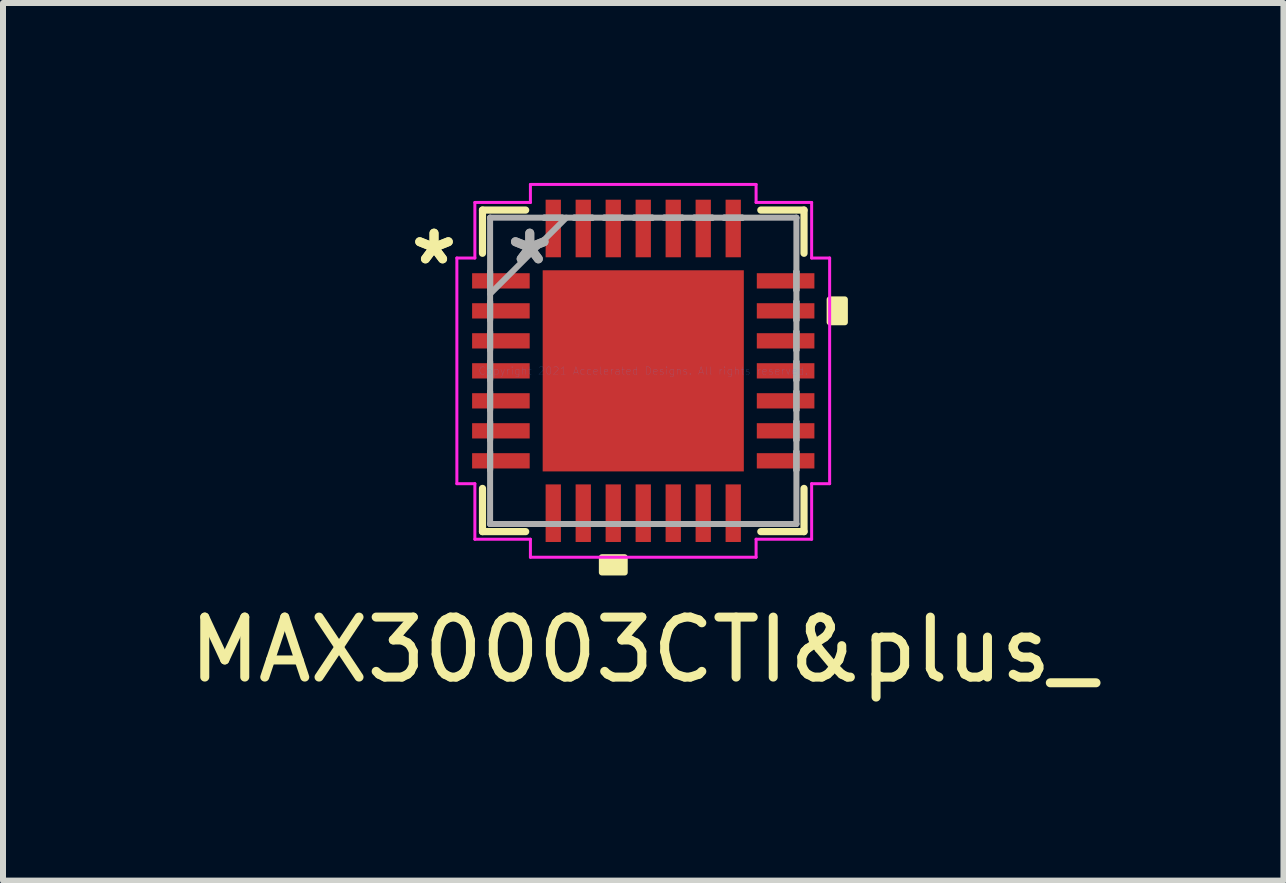
<source format=kicad_pcb>
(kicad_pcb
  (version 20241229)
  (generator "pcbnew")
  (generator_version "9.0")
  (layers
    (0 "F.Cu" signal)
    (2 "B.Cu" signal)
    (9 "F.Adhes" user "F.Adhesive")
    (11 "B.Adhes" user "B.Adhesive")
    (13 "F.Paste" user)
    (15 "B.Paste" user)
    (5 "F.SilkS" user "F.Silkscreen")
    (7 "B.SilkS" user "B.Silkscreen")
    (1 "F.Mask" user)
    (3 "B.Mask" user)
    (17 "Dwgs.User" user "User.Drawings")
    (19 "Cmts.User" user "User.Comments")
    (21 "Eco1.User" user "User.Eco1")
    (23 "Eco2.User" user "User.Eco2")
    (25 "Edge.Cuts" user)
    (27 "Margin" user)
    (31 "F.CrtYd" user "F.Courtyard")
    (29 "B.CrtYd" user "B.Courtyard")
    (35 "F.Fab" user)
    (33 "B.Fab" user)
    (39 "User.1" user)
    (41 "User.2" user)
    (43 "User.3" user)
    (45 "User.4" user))
  (footprint "MAX30003CTI&plus_"
    (layer "F.Cu")
    (at 7.673 3.132)
    (property "Reference" "MAX30003CTI&plus_" (at 0 4.65 0) (layer "F.SilkS") (effects (font (size 1 1) (thickness 0.15))))
    (attr through_hole)
    (fp_line (start -2.68 -2.68) (end -2.68 -1.96) (stroke (width 0.12) (type solid)) (layer "F.SilkS"))
    (fp_line (start -2.68 1.96) (end -2.68 2.68) (stroke (width 0.12) (type solid)) (layer "F.SilkS"))
    (fp_line (start -2.68 2.68) (end -1.96 2.68) (stroke (width 0.12) (type solid)) (layer "F.SilkS"))
    (fp_line (start -1.96 -2.68) (end -2.68 -2.68) (stroke (width 0.12) (type solid)) (layer "F.SilkS"))
    (fp_line (start 1.96 2.68) (end 2.68 2.68) (stroke (width 0.12) (type solid)) (layer "F.SilkS"))
    (fp_line (start 2.68 -2.68) (end 1.96 -2.68) (stroke (width 0.12) (type solid)) (layer "F.SilkS"))
    (fp_line (start 2.68 -1.96) (end 2.68 -2.68) (stroke (width 0.12) (type solid)) (layer "F.SilkS"))
    (fp_line (start 2.68 2.68) (end 2.68 1.96) (stroke (width 0.12) (type solid)) (layer "F.SilkS"))
    (fp_poly (pts (xy -0.69 3.107) (xy -0.69 3.361) (xy -0.309 3.361) (xy -0.309 3.107)) (stroke (width 0.1) (type solid)) (fill yes) (layer "F.SilkS"))
    (fp_poly (pts (xy 3.361 -1.191) (xy 3.361 -0.81) (xy 3.107 -0.81) (xy 3.107 -1.191)) (stroke (width 0.1) (type solid)) (fill yes) (layer "F.SilkS"))
    (fp_poly (pts (xy -1.576 -1.576) (xy -1.576 -0.1) (xy -0.1 -0.1) (xy -0.1 -1.576)) (stroke (width 0.1) (type solid)) (fill yes) (layer "F.Paste"))
    (fp_poly (pts (xy -1.576 0.1) (xy -1.576 1.576) (xy -0.1 1.576) (xy -0.1 0.1)) (stroke (width 0.1) (type solid)) (fill yes) (layer "F.Paste"))
    (fp_poly (pts (xy 0.1 -1.576) (xy 0.1 -0.1) (xy 1.576 -0.1) (xy 1.576 -1.576)) (stroke (width 0.1) (type solid)) (fill yes) (layer "F.Paste"))
    (fp_poly (pts (xy 0.1 0.1) (xy 0.1 1.576) (xy 1.576 1.576) (xy 1.576 0.1)) (stroke (width 0.1) (type solid)) (fill yes) (layer "F.Paste"))
    (fp_line (start -3.107 -1.881) (end -2.807 -1.881) (stroke (width 0.05) (type solid)) (layer "F.CrtYd"))
    (fp_line (start -3.107 1.881) (end -3.107 -1.881) (stroke (width 0.05) (type solid)) (layer "F.CrtYd"))
    (fp_line (start -2.807 -2.807) (end -1.881 -2.807) (stroke (width 0.05) (type solid)) (layer "F.CrtYd"))
    (fp_line (start -2.807 -1.881) (end -2.807 -2.807) (stroke (width 0.05) (type solid)) (layer "F.CrtYd"))
    (fp_line (start -2.807 1.881) (end -3.107 1.881) (stroke (width 0.05) (type solid)) (layer "F.CrtYd"))
    (fp_line (start -2.807 2.807) (end -2.807 1.881) (stroke (width 0.05) (type solid)) (layer "F.CrtYd"))
    (fp_line (start -1.881 -3.107) (end 1.881 -3.107) (stroke (width 0.05) (type solid)) (layer "F.CrtYd"))
    (fp_line (start -1.881 -2.807) (end -1.881 -3.107) (stroke (width 0.05) (type solid)) (layer "F.CrtYd"))
    (fp_line (start -1.881 2.807) (end -2.807 2.807) (stroke (width 0.05) (type solid)) (layer "F.CrtYd"))
    (fp_line (start -1.881 3.107) (end -1.881 2.807) (stroke (width 0.05) (type solid)) (layer "F.CrtYd"))
    (fp_line (start 1.881 -3.107) (end 1.881 -2.807) (stroke (width 0.05) (type solid)) (layer "F.CrtYd"))
    (fp_line (start 1.881 -2.807) (end 2.807 -2.807) (stroke (width 0.05) (type solid)) (layer "F.CrtYd"))
    (fp_line (start 1.881 2.807) (end 1.881 3.107) (stroke (width 0.05) (type solid)) (layer "F.CrtYd"))
    (fp_line (start 1.881 3.107) (end -1.881 3.107) (stroke (width 0.05) (type solid)) (layer "F.CrtYd"))
    (fp_line (start 2.807 -2.807) (end 2.807 -1.881) (stroke (width 0.05) (type solid)) (layer "F.CrtYd"))
    (fp_line (start 2.807 -1.881) (end 3.107 -1.881) (stroke (width 0.05) (type solid)) (layer "F.CrtYd"))
    (fp_line (start 2.807 1.881) (end 2.807 2.807) (stroke (width 0.05) (type solid)) (layer "F.CrtYd"))
    (fp_line (start 2.807 2.807) (end 1.881 2.807) (stroke (width 0.05) (type solid)) (layer "F.CrtYd"))
    (fp_line (start 3.107 -1.881) (end 3.107 1.881) (stroke (width 0.05) (type solid)) (layer "F.CrtYd"))
    (fp_line (start 3.107 1.881) (end 2.807 1.881) (stroke (width 0.05) (type solid)) (layer "F.CrtYd"))
    (fp_line (start -2.553 -2.553) (end -2.553 -2.553) (stroke (width 0.1) (type solid)) (layer "F.Fab"))
    (fp_line (start -2.553 -2.553) (end -2.553 2.553) (stroke (width 0.1) (type solid)) (layer "F.Fab"))
    (fp_line (start -2.553 -1.652) (end -2.553 -1.652) (stroke (width 0.1) (type solid)) (layer "F.Fab"))
    (fp_line (start -2.553 -1.652) (end -2.553 -1.348) (stroke (width 0.1) (type solid)) (layer "F.Fab"))
    (fp_line (start -2.553 -1.348) (end -2.553 -1.652) (stroke (width 0.1) (type solid)) (layer "F.Fab"))
    (fp_line (start -2.553 -1.348) (end -2.553 -1.348) (stroke (width 0.1) (type solid)) (layer "F.Fab"))
    (fp_line (start -2.553 -1.283) (end -1.283 -2.553) (stroke (width 0.1) (type solid)) (layer "F.Fab"))
    (fp_line (start -2.553 -1.152) (end -2.553 -1.152) (stroke (width 0.1) (type solid)) (layer "F.Fab"))
    (fp_line (start -2.553 -1.152) (end -2.553 -0.848) (stroke (width 0.1) (type solid)) (layer "F.Fab"))
    (fp_line (start -2.553 -0.848) (end -2.553 -1.152) (stroke (width 0.1) (type solid)) (layer "F.Fab"))
    (fp_line (start -2.553 -0.848) (end -2.553 -0.848) (stroke (width 0.1) (type solid)) (layer "F.Fab"))
    (fp_line (start -2.553 -0.652) (end -2.553 -0.652) (stroke (width 0.1) (type solid)) (layer "F.Fab"))
    (fp_line (start -2.553 -0.652) (end -2.553 -0.348) (stroke (width 0.1) (type solid)) (layer "F.Fab"))
    (fp_line (start -2.553 -0.348) (end -2.553 -0.652) (stroke (width 0.1) (type solid)) (layer "F.Fab"))
    (fp_line (start -2.553 -0.348) (end -2.553 -0.348) (stroke (width 0.1) (type solid)) (layer "F.Fab"))
    (fp_line (start -2.553 -0.152) (end -2.553 -0.152) (stroke (width 0.1) (type solid)) (layer "F.Fab"))
    (fp_line (start -2.553 -0.152) (end -2.553 0.152) (stroke (width 0.1) (type solid)) (layer "F.Fab"))
    (fp_line (start -2.553 0.152) (end -2.553 -0.152) (stroke (width 0.1) (type solid)) (layer "F.Fab"))
    (fp_line (start -2.553 0.152) (end -2.553 0.152) (stroke (width 0.1) (type solid)) (layer "F.Fab"))
    (fp_line (start -2.553 0.348) (end -2.553 0.348) (stroke (width 0.1) (type solid)) (layer "F.Fab"))
    (fp_line (start -2.553 0.348) (end -2.553 0.652) (stroke (width 0.1) (type solid)) (layer "F.Fab"))
    (fp_line (start -2.553 0.652) (end -2.553 0.348) (stroke (width 0.1) (type solid)) (layer "F.Fab"))
    (fp_line (start -2.553 0.652) (end -2.553 0.652) (stroke (width 0.1) (type solid)) (layer "F.Fab"))
    (fp_line (start -2.553 0.848) (end -2.553 0.848) (stroke (width 0.1) (type solid)) (layer "F.Fab"))
    (fp_line (start -2.553 0.848) (end -2.553 1.152) (stroke (width 0.1) (type solid)) (layer "F.Fab"))
    (fp_line (start -2.553 1.152) (end -2.553 0.848) (stroke (width 0.1) (type solid)) (layer "F.Fab"))
    (fp_line (start -2.553 1.152) (end -2.553 1.152) (stroke (width 0.1) (type solid)) (layer "F.Fab"))
    (fp_line (start -2.553 1.348) (end -2.553 1.348) (stroke (width 0.1) (type solid)) (layer "F.Fab"))
    (fp_line (start -2.553 1.348) (end -2.553 1.652) (stroke (width 0.1) (type solid)) (layer "F.Fab"))
    (fp_line (start -2.553 1.652) (end -2.553 1.348) (stroke (width 0.1) (type solid)) (layer "F.Fab"))
    (fp_line (start -2.553 1.652) (end -2.553 1.652) (stroke (width 0.1) (type solid)) (layer "F.Fab"))
    (fp_line (start -2.553 2.553) (end -2.553 2.553) (stroke (width 0.1) (type solid)) (layer "F.Fab"))
    (fp_line (start -2.553 2.553) (end 2.553 2.553) (stroke (width 0.1) (type solid)) (layer "F.Fab"))
    (fp_line (start -1.652 -2.553) (end -1.652 -2.553) (stroke (width 0.1) (type solid)) (layer "F.Fab"))
    (fp_line (start -1.652 -2.553) (end -1.348 -2.553) (stroke (width 0.1) (type solid)) (layer "F.Fab"))
    (fp_line (start -1.652 2.553) (end -1.652 2.553) (stroke (width 0.1) (type solid)) (layer "F.Fab"))
    (fp_line (start -1.652 2.553) (end -1.348 2.553) (stroke (width 0.1) (type solid)) (layer "F.Fab"))
    (fp_line (start -1.348 -2.553) (end -1.652 -2.553) (stroke (width 0.1) (type solid)) (layer "F.Fab"))
    (fp_line (start -1.348 -2.553) (end -1.348 -2.553) (stroke (width 0.1) (type solid)) (layer "F.Fab"))
    (fp_line (start -1.348 2.553) (end -1.652 2.553) (stroke (width 0.1) (type solid)) (layer "F.Fab"))
    (fp_line (start -1.348 2.553) (end -1.348 2.553) (stroke (width 0.1) (type solid)) (layer "F.Fab"))
    (fp_line (start -1.152 -2.553) (end -1.152 -2.553) (stroke (width 0.1) (type solid)) (layer "F.Fab"))
    (fp_line (start -1.152 -2.553) (end -0.848 -2.553) (stroke (width 0.1) (type solid)) (layer "F.Fab"))
    (fp_line (start -1.152 2.553) (end -1.152 2.553) (stroke (width 0.1) (type solid)) (layer "F.Fab"))
    (fp_line (start -1.152 2.553) (end -0.848 2.553) (stroke (width 0.1) (type solid)) (layer "F.Fab"))
    (fp_line (start -0.848 -2.553) (end -1.152 -2.553) (stroke (width 0.1) (type solid)) (layer "F.Fab"))
    (fp_line (start -0.848 -2.553) (end -0.848 -2.553) (stroke (width 0.1) (type solid)) (layer "F.Fab"))
    (fp_line (start -0.848 2.553) (end -1.152 2.553) (stroke (width 0.1) (type solid)) (layer "F.Fab"))
    (fp_line (start -0.848 2.553) (end -0.848 2.553) (stroke (width 0.1) (type solid)) (layer "F.Fab"))
    (fp_line (start -0.652 -2.553) (end -0.652 -2.553) (stroke (width 0.1) (type solid)) (layer "F.Fab"))
    (fp_line (start -0.652 -2.553) (end -0.348 -2.553) (stroke (width 0.1) (type solid)) (layer "F.Fab"))
    (fp_line (start -0.652 2.553) (end -0.652 2.553) (stroke (width 0.1) (type solid)) (layer "F.Fab"))
    (fp_line (start -0.652 2.553) (end -0.348 2.553) (stroke (width 0.1) (type solid)) (layer "F.Fab"))
    (fp_line (start -0.348 -2.553) (end -0.652 -2.553) (stroke (width 0.1) (type solid)) (layer "F.Fab"))
    (fp_line (start -0.348 -2.553) (end -0.348 -2.553) (stroke (width 0.1) (type solid)) (layer "F.Fab"))
    (fp_line (start -0.348 2.553) (end -0.652 2.553) (stroke (width 0.1) (type solid)) (layer "F.Fab"))
    (fp_line (start -0.348 2.553) (end -0.348 2.553) (stroke (width 0.1) (type solid)) (layer "F.Fab"))
    (fp_line (start -0.152 -2.553) (end -0.152 -2.553) (stroke (width 0.1) (type solid)) (layer "F.Fab"))
    (fp_line (start -0.152 -2.553) (end 0.152 -2.553) (stroke (width 0.1) (type solid)) (layer "F.Fab"))
    (fp_line (start -0.152 2.553) (end -0.152 2.553) (stroke (width 0.1) (type solid)) (layer "F.Fab"))
    (fp_line (start -0.152 2.553) (end 0.152 2.553) (stroke (width 0.1) (type solid)) (layer "F.Fab"))
    (fp_line (start 0.152 -2.553) (end -0.152 -2.553) (stroke (width 0.1) (type solid)) (layer "F.Fab"))
    (fp_line (start 0.152 -2.553) (end 0.152 -2.553) (stroke (width 0.1) (type solid)) (layer "F.Fab"))
    (fp_line (start 0.152 2.553) (end -0.152 2.553) (stroke (width 0.1) (type solid)) (layer "F.Fab"))
    (fp_line (start 0.152 2.553) (end 0.152 2.553) (stroke (width 0.1) (type solid)) (layer "F.Fab"))
    (fp_line (start 0.348 -2.553) (end 0.348 -2.553) (stroke (width 0.1) (type solid)) (layer "F.Fab"))
    (fp_line (start 0.348 -2.553) (end 0.652 -2.553) (stroke (width 0.1) (type solid)) (layer "F.Fab"))
    (fp_line (start 0.348 2.553) (end 0.348 2.553) (stroke (width 0.1) (type solid)) (layer "F.Fab"))
    (fp_line (start 0.348 2.553) (end 0.652 2.553) (stroke (width 0.1) (type solid)) (layer "F.Fab"))
    (fp_line (start 0.652 -2.553) (end 0.348 -2.553) (stroke (width 0.1) (type solid)) (layer "F.Fab"))
    (fp_line (start 0.652 -2.553) (end 0.652 -2.553) (stroke (width 0.1) (type solid)) (layer "F.Fab"))
    (fp_line (start 0.652 2.553) (end 0.348 2.553) (stroke (width 0.1) (type solid)) (layer "F.Fab"))
    (fp_line (start 0.652 2.553) (end 0.652 2.553) (stroke (width 0.1) (type solid)) (layer "F.Fab"))
    (fp_line (start 0.848 -2.553) (end 0.848 -2.553) (stroke (width 0.1) (type solid)) (layer "F.Fab"))
    (fp_line (start 0.848 -2.553) (end 1.152 -2.553) (stroke (width 0.1) (type solid)) (layer "F.Fab"))
    (fp_line (start 0.848 2.553) (end 0.848 2.553) (stroke (width 0.1) (type solid)) (layer "F.Fab"))
    (fp_line (start 0.848 2.553) (end 1.152 2.553) (stroke (width 0.1) (type solid)) (layer "F.Fab"))
    (fp_line (start 1.152 -2.553) (end 0.848 -2.553) (stroke (width 0.1) (type solid)) (layer "F.Fab"))
    (fp_line (start 1.152 -2.553) (end 1.152 -2.553) (stroke (width 0.1) (type solid)) (layer "F.Fab"))
    (fp_line (start 1.152 2.553) (end 0.848 2.553) (stroke (width 0.1) (type solid)) (layer "F.Fab"))
    (fp_line (start 1.152 2.553) (end 1.152 2.553) (stroke (width 0.1) (type solid)) (layer "F.Fab"))
    (fp_line (start 1.348 -2.553) (end 1.348 -2.553) (stroke (width 0.1) (type solid)) (layer "F.Fab"))
    (fp_line (start 1.348 -2.553) (end 1.652 -2.553) (stroke (width 0.1) (type solid)) (layer "F.Fab"))
    (fp_line (start 1.348 2.553) (end 1.348 2.553) (stroke (width 0.1) (type solid)) (layer "F.Fab"))
    (fp_line (start 1.348 2.553) (end 1.652 2.553) (stroke (width 0.1) (type solid)) (layer "F.Fab"))
    (fp_line (start 1.652 -2.553) (end 1.348 -2.553) (stroke (width 0.1) (type solid)) (layer "F.Fab"))
    (fp_line (start 1.652 -2.553) (end 1.652 -2.553) (stroke (width 0.1) (type solid)) (layer "F.Fab"))
    (fp_line (start 1.652 2.553) (end 1.348 2.553) (stroke (width 0.1) (type solid)) (layer "F.Fab"))
    (fp_line (start 1.652 2.553) (end 1.652 2.553) (stroke (width 0.1) (type solid)) (layer "F.Fab"))
    (fp_line (start 2.553 -2.553) (end -2.553 -2.553) (stroke (width 0.1) (type solid)) (layer "F.Fab"))
    (fp_line (start 2.553 -2.553) (end 2.553 -2.553) (stroke (width 0.1) (type solid)) (layer "F.Fab"))
    (fp_line (start 2.553 -1.652) (end 2.553 -1.652) (stroke (width 0.1) (type solid)) (layer "F.Fab"))
    (fp_line (start 2.553 -1.652) (end 2.553 -1.348) (stroke (width 0.1) (type solid)) (layer "F.Fab"))
    (fp_line (start 2.553 -1.348) (end 2.553 -1.652) (stroke (width 0.1) (type solid)) (layer "F.Fab"))
    (fp_line (start 2.553 -1.348) (end 2.553 -1.348) (stroke (width 0.1) (type solid)) (layer "F.Fab"))
    (fp_line (start 2.553 -1.152) (end 2.553 -1.152) (stroke (width 0.1) (type solid)) (layer "F.Fab"))
    (fp_line (start 2.553 -1.152) (end 2.553 -0.848) (stroke (width 0.1) (type solid)) (layer "F.Fab"))
    (fp_line (start 2.553 -0.848) (end 2.553 -1.152) (stroke (width 0.1) (type solid)) (layer "F.Fab"))
    (fp_line (start 2.553 -0.848) (end 2.553 -0.848) (stroke (width 0.1) (type solid)) (layer "F.Fab"))
    (fp_line (start 2.553 -0.652) (end 2.553 -0.652) (stroke (width 0.1) (type solid)) (layer "F.Fab"))
    (fp_line (start 2.553 -0.652) (end 2.553 -0.348) (stroke (width 0.1) (type solid)) (layer "F.Fab"))
    (fp_line (start 2.553 -0.348) (end 2.553 -0.652) (stroke (width 0.1) (type solid)) (layer "F.Fab"))
    (fp_line (start 2.553 -0.348) (end 2.553 -0.348) (stroke (width 0.1) (type solid)) (layer "F.Fab"))
    (fp_line (start 2.553 -0.152) (end 2.553 -0.152) (stroke (width 0.1) (type solid)) (layer "F.Fab"))
    (fp_line (start 2.553 -0.152) (end 2.553 0.152) (stroke (width 0.1) (type solid)) (layer "F.Fab"))
    (fp_line (start 2.553 0.152) (end 2.553 -0.152) (stroke (width 0.1) (type solid)) (layer "F.Fab"))
    (fp_line (start 2.553 0.152) (end 2.553 0.152) (stroke (width 0.1) (type solid)) (layer "F.Fab"))
    (fp_line (start 2.553 0.348) (end 2.553 0.348) (stroke (width 0.1) (type solid)) (layer "F.Fab"))
    (fp_line (start 2.553 0.348) (end 2.553 0.652) (stroke (width 0.1) (type solid)) (layer "F.Fab"))
    (fp_line (start 2.553 0.652) (end 2.553 0.348) (stroke (width 0.1) (type solid)) (layer "F.Fab"))
    (fp_line (start 2.553 0.652) (end 2.553 0.652) (stroke (width 0.1) (type solid)) (layer "F.Fab"))
    (fp_line (start 2.553 0.848) (end 2.553 0.848) (stroke (width 0.1) (type solid)) (layer "F.Fab"))
    (fp_line (start 2.553 0.848) (end 2.553 1.152) (stroke (width 0.1) (type solid)) (layer "F.Fab"))
    (fp_line (start 2.553 1.152) (end 2.553 0.848) (stroke (width 0.1) (type solid)) (layer "F.Fab"))
    (fp_line (start 2.553 1.152) (end 2.553 1.152) (stroke (width 0.1) (type solid)) (layer "F.Fab"))
    (fp_line (start 2.553 1.348) (end 2.553 1.348) (stroke (width 0.1) (type solid)) (layer "F.Fab"))
    (fp_line (start 2.553 1.348) (end 2.553 1.652) (stroke (width 0.1) (type solid)) (layer "F.Fab"))
    (fp_line (start 2.553 1.652) (end 2.553 1.348) (stroke (width 0.1) (type solid)) (layer "F.Fab"))
    (fp_line (start 2.553 1.652) (end 2.553 1.652) (stroke (width 0.1) (type solid)) (layer "F.Fab"))
    (fp_line (start 2.553 2.553) (end 2.553 -2.553) (stroke (width 0.1) (type solid)) (layer "F.Fab"))
    (fp_line (start 2.553 2.553) (end 2.553 2.553) (stroke (width 0.1) (type solid)) (layer "F.Fab"))
    (fp_text user "*" (at -3.488 -1.75 0) (layer "F.SilkS") (effects (font (size 1 1) (thickness 0.15))))
    (fp_text user "*" (at -3.488 -1.75 0) (layer "F.SilkS") (effects (font (size 1 1) (thickness 0.15))))
    (fp_text user "Copyright 2021 Accelerated Designs. All rights reserved." (at 0 0 0) (layer "Cmts.User") (effects (font (size 0.127 0.127) (thickness 0.002))))
    (fp_text user "*" (at -1.892 -1.75 0) (layer "F.Fab") (effects (font (size 1 1) (thickness 0.15))))
    (fp_text user "*" (at -1.892 -1.75 0) (layer "F.Fab") (effects (font (size 1 1) (thickness 0.15))))
    (pad "1" smd rect (at -2.373 -1.5 90) (size 0.255 0.96) (layers "F.Cu" "F.Mask" "F.Paste"))
    (pad "2" smd rect (at -2.373 -1 90) (size 0.255 0.96) (layers "F.Cu" "F.Mask" "F.Paste"))
    (pad "3" smd rect (at -2.373 -0.5 90) (size 0.255 0.96) (layers "F.Cu" "F.Mask" "F.Paste"))
    (pad "4" smd rect (at -2.373 0 90) (size 0.255 0.96) (layers "F.Cu" "F.Mask" "F.Paste"))
    (pad "5" smd rect (at -2.373 0.5 90) (size 0.255 0.96) (layers "F.Cu" "F.Mask" "F.Paste"))
    (pad "6" smd rect (at -2.373 1 90) (size 0.255 0.96) (layers "F.Cu" "F.Mask" "F.Paste"))
    (pad "7" smd rect (at -2.373 1.5 90) (size 0.255 0.96) (layers "F.Cu" "F.Mask" "F.Paste"))
    (pad "8" smd rect (at -1.5 2.373) (size 0.255 0.96) (layers "F.Cu" "F.Mask" "F.Paste"))
    (pad "9" smd rect (at -1 2.373) (size 0.255 0.96) (layers "F.Cu" "F.Mask" "F.Paste"))
    (pad "10" smd rect (at -0.5 2.373) (size 0.255 0.96) (layers "F.Cu" "F.Mask" "F.Paste"))
    (pad "11" smd rect (at 0 2.373) (size 0.255 0.96) (layers "F.Cu" "F.Mask" "F.Paste"))
    (pad "12" smd rect (at 0.5 2.373) (size 0.255 0.96) (layers "F.Cu" "F.Mask" "F.Paste"))
    (pad "13" smd rect (at 1 2.373) (size 0.255 0.96) (layers "F.Cu" "F.Mask" "F.Paste"))
    (pad "14" smd rect (at 1.5 2.373) (size 0.255 0.96) (layers "F.Cu" "F.Mask" "F.Paste"))
    (pad "15" smd rect (at 2.373 1.5 90) (size 0.255 0.96) (layers "F.Cu" "F.Mask" "F.Paste"))
    (pad "16" smd rect (at 2.373 1 90) (size 0.255 0.96) (layers "F.Cu" "F.Mask" "F.Paste"))
    (pad "17" smd rect (at 2.373 0.5 90) (size 0.255 0.96) (layers "F.Cu" "F.Mask" "F.Paste"))
    (pad "18" smd rect (at 2.373 0 90) (size 0.255 0.96) (layers "F.Cu" "F.Mask" "F.Paste"))
    (pad "19" smd rect (at 2.373 -0.5 90) (size 0.255 0.96) (layers "F.Cu" "F.Mask" "F.Paste"))
    (pad "20" smd rect (at 2.373 -1 90) (size 0.255 0.96) (layers "F.Cu" "F.Mask" "F.Paste"))
    (pad "21" smd rect (at 2.373 -1.5 90) (size 0.255 0.96) (layers "F.Cu" "F.Mask" "F.Paste"))
    (pad "22" smd rect (at 1.5 -2.373) (size 0.255 0.96) (layers "F.Cu" "F.Mask" "F.Paste"))
    (pad "23" smd rect (at 1 -2.373) (size 0.255 0.96) (layers "F.Cu" "F.Mask" "F.Paste"))
    (pad "24" smd rect (at 0.5 -2.373) (size 0.255 0.96) (layers "F.Cu" "F.Mask" "F.Paste"))
    (pad "25" smd rect (at 0 -2.373) (size 0.255 0.96) (layers "F.Cu" "F.Mask" "F.Paste"))
    (pad "26" smd rect (at -0.5 -2.373) (size 0.255 0.96) (layers "F.Cu" "F.Mask" "F.Paste"))
    (pad "27" smd rect (at -1 -2.373) (size 0.255 0.96) (layers "F.Cu" "F.Mask" "F.Paste"))
    (pad "28" smd rect (at -1.5 -2.373) (size 0.255 0.96) (layers "F.Cu" "F.Mask" "F.Paste"))
    (pad "29" smd rect (at 0 0) (size 3.353 3.353) (layers "F.Cu" "F.Mask")))
  (gr_rect
    (start -3 -3)
    (end 18.345 11.63)
    (stroke (width 0.1) (type default))
    (fill no)
    (layer "Edge.Cuts")))
</source>
